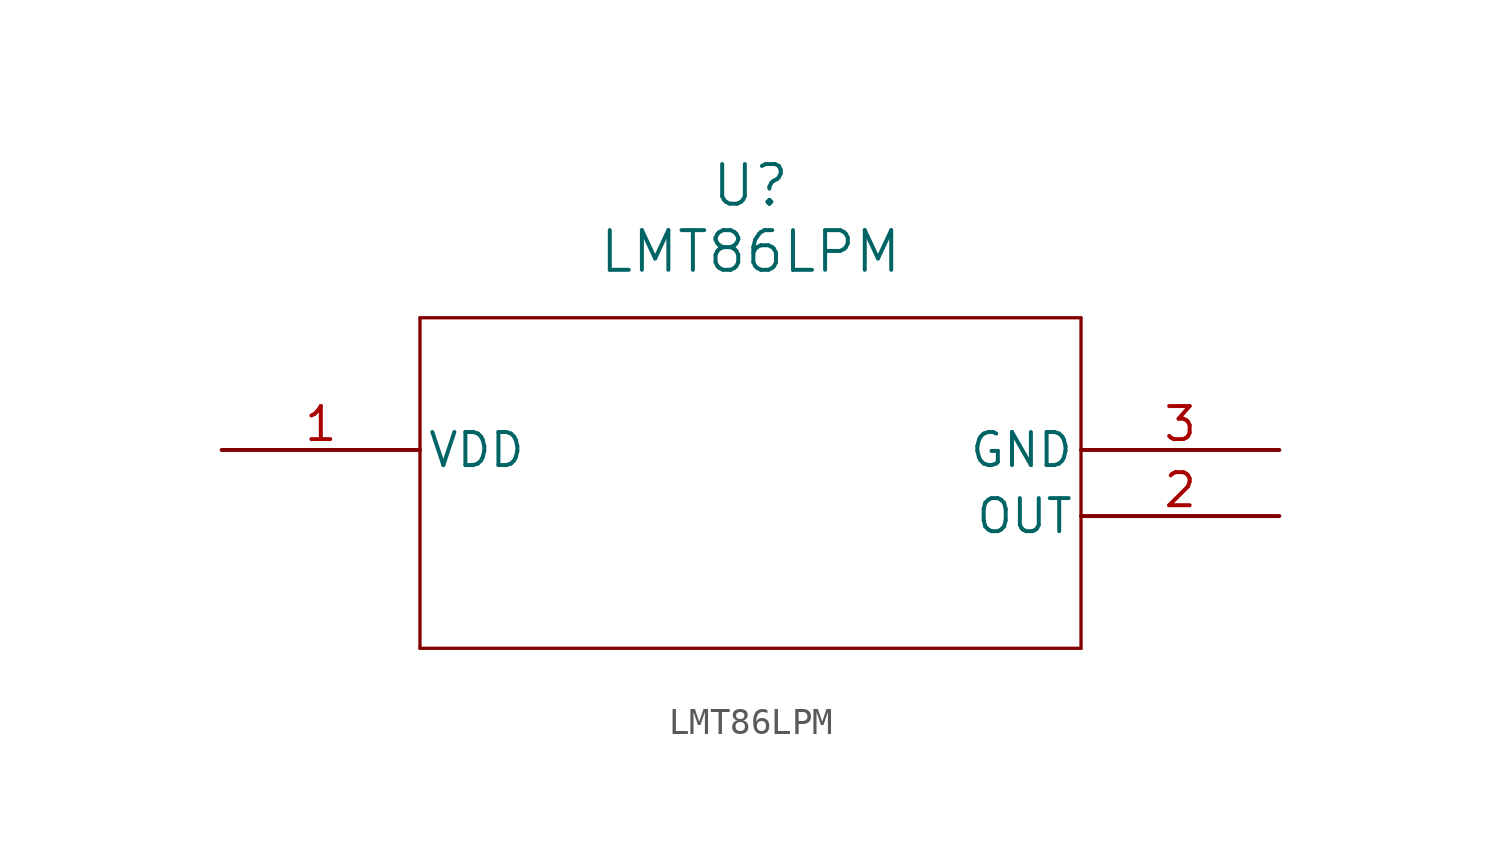
<source format=kicad_sym>
(kicad_symbol_lib
  (version 20211014)
  (generator kicad_symbol_editor)
  (symbol "LMT86LPM"
    (pin_names
      (offset 0.254))
    (property "Reference" "U"
      (at 20.32 10.16 0)
      (effects (font (size 1.524 1.524))))
    (property "Value" "LMT86LPM"
      (at 20.32 7.62 0)
      (effects (font (size 1.524 1.524))))
    (symbol "LMT86LPM_0_1"
      (polyline (pts (xy 7.62 5.08) (xy 7.62 -7.62)) (stroke (width 0.127) (type default) (color 0 0 0 0)) (fill (type none)))
      (polyline (pts (xy 7.62 -7.62) (xy 33.02 -7.62)) (stroke (width 0.127) (type default) (color 0 0 0 0)) (fill (type none)))
      (polyline (pts (xy 33.02 -7.62) (xy 33.02 5.08)) (stroke (width 0.127) (type default) (color 0 0 0 0)) (fill (type none)))
      (polyline (pts (xy 33.02 5.08) (xy 7.62 5.08)) (stroke (width 0.127) (type default) (color 0 0 0 0)) (fill (type none)))
      (pin power_in line (at 0 0 0) (length 7.62) (name "VDD" (effects (font (size 1.27 1.27)))) (number "1" (effects (font (size 1.27 1.27)))))
      (pin output line (at 40.64 -2.54 180) (length 7.62) (name "OUT" (effects (font (size 1.27 1.27)))) (number "2" (effects (font (size 1.27 1.27)))))
      (pin power_in line (at 40.64 0 180) (length 7.62) (name "GND" (effects (font (size 1.27 1.27)))) (number "3" (effects (font (size 1.27 1.27))))))))
</source>
